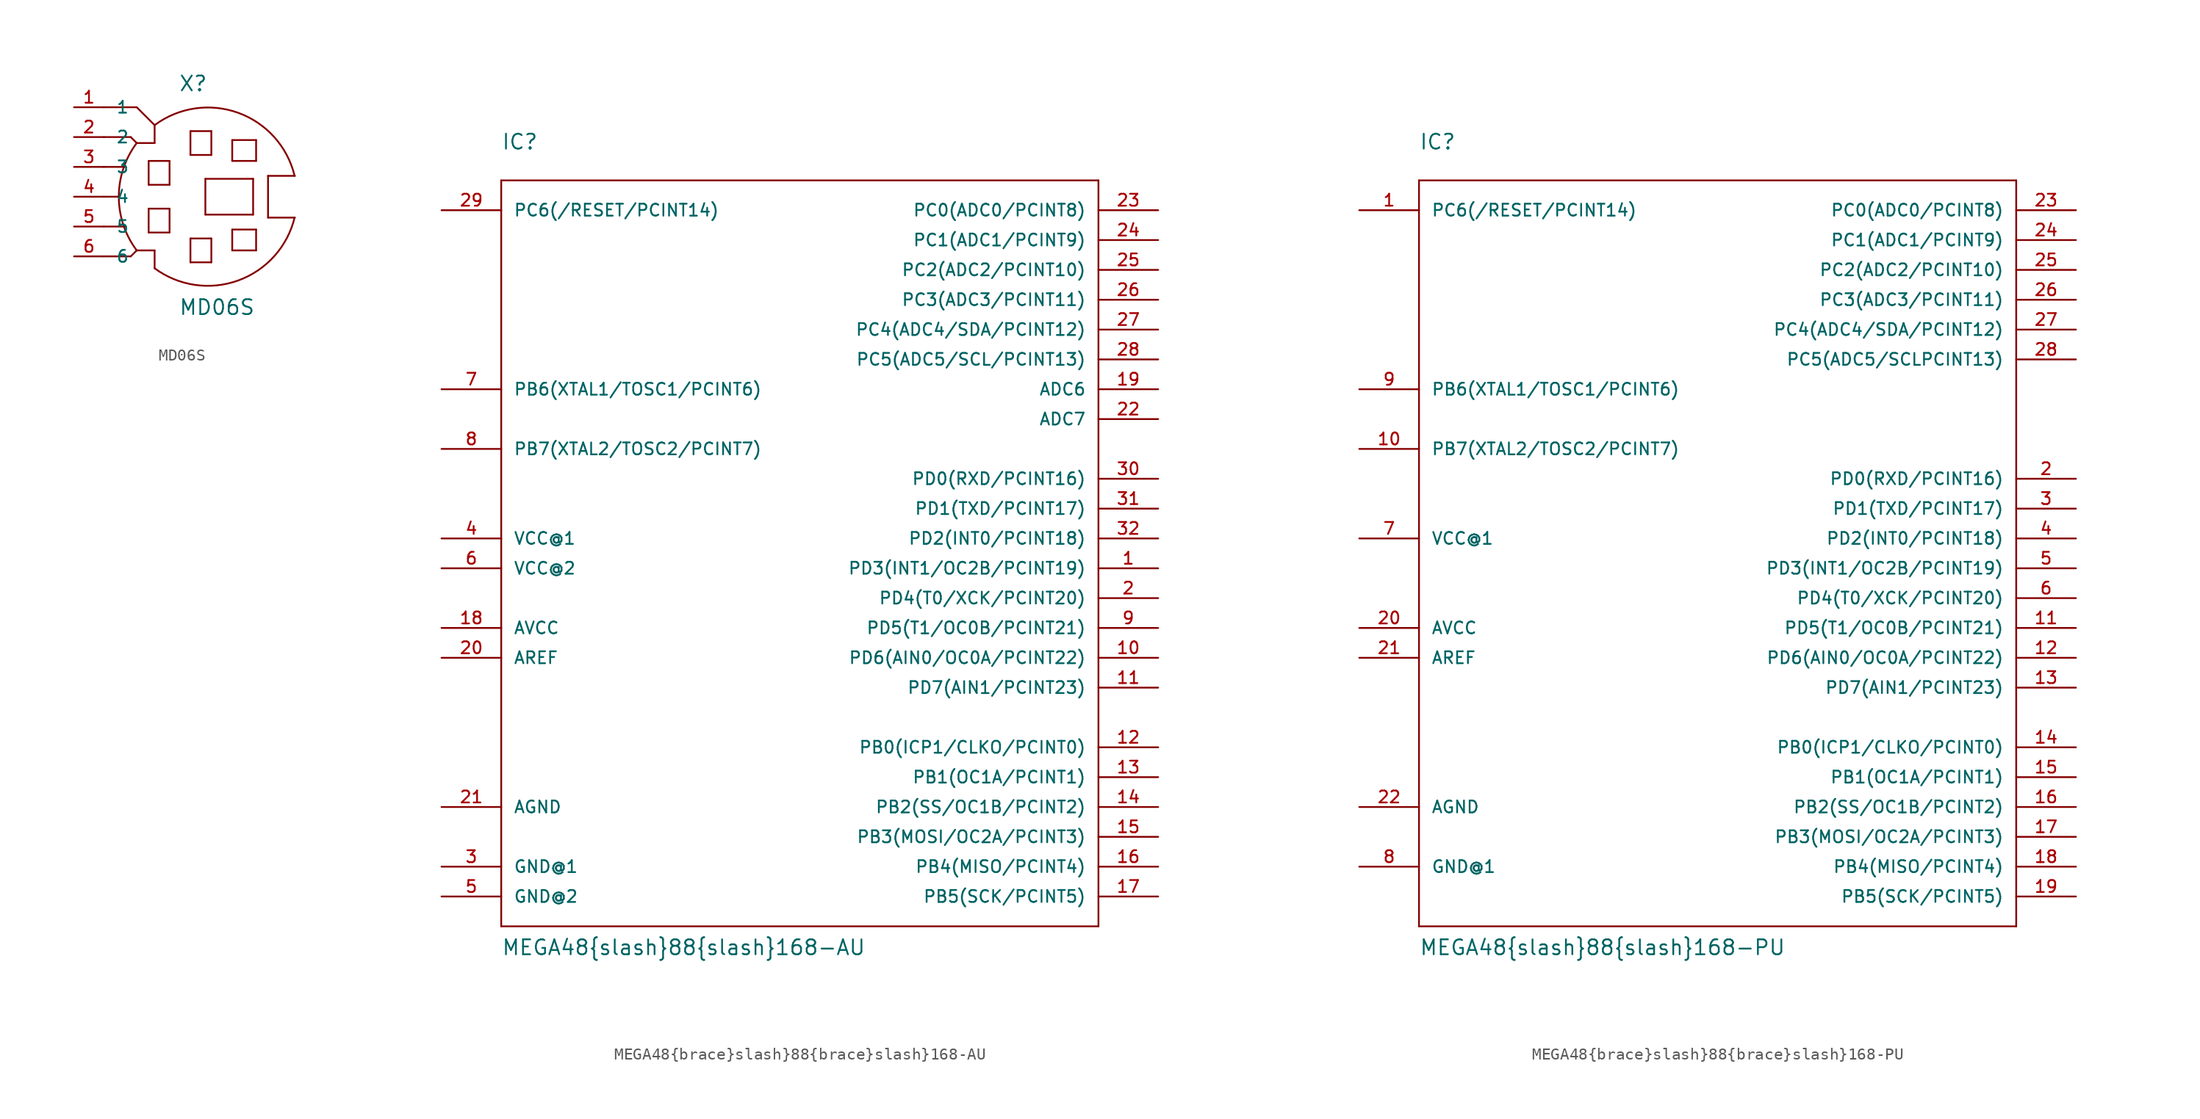
<source format=kicad_sym>
(kicad_symbol_lib
  (version 20211014)
  (generator kicad_symbol_editor)
  (symbol "MD06S"
    (pin_names
      (offset 1.016))
    (property "Reference" "X"
      (at -1.27 8.89 0)
      (effects (font (size 1.27 1.27)) (justify left bottom)))
    (property "Value" "MD06S"
      (at -1.27 -10.16 0)
      (effects (font (size 1.27 1.27)) (justify left bottom)))
    (property "Datasheet" ""
      (at 0 0 0)
      (effects (font (size 1.524 1.524))))
    (property "ki_locked" ""
      (at 0 0 0)
      (effects (font (size 1.27 1.27))))
    (symbol "MD06S_1_0"
      (polyline (pts (xy -7.62 -5.08) (xy -5.334 -5.08)) (stroke (width 0) (type default) (color 0 0 0 0)) (fill (type none)))
      (polyline (pts (xy -7.62 -2.54) (xy -5.842 -2.54)) (stroke (width 0) (type default) (color 0 0 0 0)) (fill (type none)))
      (polyline (pts (xy -7.62 0) (xy -6.35 0)) (stroke (width 0) (type default) (color 0 0 0 0)) (fill (type none)))
      (polyline (pts (xy -7.62 2.54) (xy -5.842 2.54)) (stroke (width 0) (type default) (color 0 0 0 0)) (fill (type none)))
      (polyline (pts (xy -7.62 5.08) (xy -5.334 5.08)) (stroke (width 0) (type default) (color 0 0 0 0)) (fill (type none)))
      (polyline (pts (xy -7.62 7.62) (xy -4.826 7.62)) (stroke (width 0) (type default) (color 0 0 0 0)) (fill (type none)))
      (polyline (pts (xy -5.334 -5.08) (xy -4.826 -4.572)) (stroke (width 0) (type default) (color 0 0 0 0)) (fill (type none)))
      (polyline (pts (xy -5.334 5.08) (xy -4.826 4.572)) (stroke (width 0) (type default) (color 0 0 0 0)) (fill (type none)))
      (polyline (pts (xy -4.826 -4.572) (xy -3.302 -4.572)) (stroke (width 0) (type default) (color 0 0 0 0)) (fill (type none)))
      (polyline (pts (xy -4.826 7.62) (xy -3.302 6.096)) (stroke (width 0) (type default) (color 0 0 0 0)) (fill (type none)))
      (polyline (pts (xy -3.81 -3.048) (xy -3.81 -1.016)) (stroke (width 0) (type default) (color 0 0 0 0)) (fill (type none)))
      (polyline (pts (xy -3.81 -1.016) (xy -2.032 -1.016)) (stroke (width 0) (type default) (color 0 0 0 0)) (fill (type none)))
      (polyline (pts (xy -3.81 1.016) (xy -3.81 3.048)) (stroke (width 0) (type default) (color 0 0 0 0)) (fill (type none)))
      (polyline (pts (xy -3.81 3.048) (xy -2.032 3.048)) (stroke (width 0) (type default) (color 0 0 0 0)) (fill (type none)))
      (polyline (pts (xy -3.302 -4.572) (xy -3.302 -6.096)) (stroke (width 0) (type default) (color 0 0 0 0)) (fill (type none)))
      (polyline (pts (xy -3.302 4.572) (xy -4.826 4.572)) (stroke (width 0) (type default) (color 0 0 0 0)) (fill (type none)))
      (polyline (pts (xy -3.302 6.096) (xy -3.302 4.572)) (stroke (width 0) (type default) (color 0 0 0 0)) (fill (type none)))
      (polyline (pts (xy -2.032 -3.048) (xy -3.81 -3.048)) (stroke (width 0) (type default) (color 0 0 0 0)) (fill (type none)))
      (polyline (pts (xy -2.032 -1.016) (xy -2.032 -3.048)) (stroke (width 0) (type default) (color 0 0 0 0)) (fill (type none)))
      (polyline (pts (xy -2.032 1.016) (xy -3.81 1.016)) (stroke (width 0) (type default) (color 0 0 0 0)) (fill (type none)))
      (polyline (pts (xy -2.032 3.048) (xy -2.032 1.016)) (stroke (width 0) (type default) (color 0 0 0 0)) (fill (type none)))
      (polyline (pts (xy -0.254 -5.588) (xy -0.254 -3.556)) (stroke (width 0) (type default) (color 0 0 0 0)) (fill (type none)))
      (polyline (pts (xy -0.254 -3.556) (xy 1.524 -3.556)) (stroke (width 0) (type default) (color 0 0 0 0)) (fill (type none)))
      (polyline (pts (xy -0.254 3.556) (xy -0.254 5.588)) (stroke (width 0) (type default) (color 0 0 0 0)) (fill (type none)))
      (polyline (pts (xy -0.254 5.588) (xy 1.524 5.588)) (stroke (width 0) (type default) (color 0 0 0 0)) (fill (type none)))
      (polyline (pts (xy 1.016 -1.524) (xy 1.016 1.524)) (stroke (width 0) (type default) (color 0 0 0 0)) (fill (type none)))
      (polyline (pts (xy 1.016 1.524) (xy 5.08 1.524)) (stroke (width 0) (type default) (color 0 0 0 0)) (fill (type none)))
      (polyline (pts (xy 1.524 -5.588) (xy -0.254 -5.588)) (stroke (width 0) (type default) (color 0 0 0 0)) (fill (type none)))
      (polyline (pts (xy 1.524 -3.556) (xy 1.524 -5.588)) (stroke (width 0) (type default) (color 0 0 0 0)) (fill (type none)))
      (polyline (pts (xy 1.524 3.556) (xy -0.254 3.556)) (stroke (width 0) (type default) (color 0 0 0 0)) (fill (type none)))
      (polyline (pts (xy 1.524 5.588) (xy 1.524 3.556)) (stroke (width 0) (type default) (color 0 0 0 0)) (fill (type none)))
      (polyline (pts (xy 3.302 -4.572) (xy 3.302 -2.794)) (stroke (width 0) (type default) (color 0 0 0 0)) (fill (type none)))
      (polyline (pts (xy 3.302 -2.794) (xy 5.334 -2.794)) (stroke (width 0) (type default) (color 0 0 0 0)) (fill (type none)))
      (polyline (pts (xy 3.302 3.048) (xy 3.302 4.826)) (stroke (width 0) (type default) (color 0 0 0 0)) (fill (type none)))
      (polyline (pts (xy 3.302 4.826) (xy 5.334 4.826)) (stroke (width 0) (type default) (color 0 0 0 0)) (fill (type none)))
      (polyline (pts (xy 5.08 -1.524) (xy 1.016 -1.524)) (stroke (width 0) (type default) (color 0 0 0 0)) (fill (type none)))
      (polyline (pts (xy 5.08 1.524) (xy 5.08 -1.524)) (stroke (width 0) (type default) (color 0 0 0 0)) (fill (type none)))
      (polyline (pts (xy 5.334 -4.572) (xy 3.302 -4.572)) (stroke (width 0) (type default) (color 0 0 0 0)) (fill (type none)))
      (polyline (pts (xy 5.334 -2.794) (xy 5.334 -4.572)) (stroke (width 0) (type default) (color 0 0 0 0)) (fill (type none)))
      (polyline (pts (xy 5.334 3.048) (xy 3.302 3.048)) (stroke (width 0) (type default) (color 0 0 0 0)) (fill (type none)))
      (polyline (pts (xy 5.334 4.826) (xy 5.334 3.048)) (stroke (width 0) (type default) (color 0 0 0 0)) (fill (type none)))
      (polyline (pts (xy 6.35 -1.778) (xy 6.35 1.778)) (stroke (width 0) (type default) (color 0 0 0 0)) (fill (type none)))
      (polyline (pts (xy 6.35 -1.778) (xy 8.636 -1.778)) (stroke (width 0) (type default) (color 0 0 0 0)) (fill (type none)))
      (polyline (pts (xy 6.35 1.778) (xy 8.636 1.778)) (stroke (width 0) (type default) (color 0 0 0 0)) (fill (type none))))
    (symbol "MD06S_1_1"
      (arc (start -4.826 4.572) (mid -6.35 0) (end -4.826 -4.572) (stroke (width 0) (type default) (color 0 0 0 0)) (fill (type none)))
      (arc (start -3.302 -6.096) (mid 3.8095 -7.1339) (end 8.6106 -1.778) (stroke (width 0) (type default) (color 0 0 0 0)) (fill (type none)))
      (arc (start 8.6106 1.778) (mid 3.8138 7.1458) (end -3.302 6.096) (stroke (width 0) (type default) (color 0 0 0 0)) (fill (type none)))
      (pin passive line (at -10.16 7.62 0) (length 2.54) (name "1" (effects (font (size 1.016 1.016)))) (number "1" (effects (font (size 1.016 1.016)))))
      (pin passive line (at -10.16 5.08 0) (length 2.54) (name "2" (effects (font (size 1.016 1.016)))) (number "2" (effects (font (size 1.016 1.016)))))
      (pin passive line (at -10.16 2.54 0) (length 2.54) (name "3" (effects (font (size 1.016 1.016)))) (number "3" (effects (font (size 1.016 1.016)))))
      (pin passive line (at -10.16 0 0) (length 2.54) (name "4" (effects (font (size 1.016 1.016)))) (number "4" (effects (font (size 1.016 1.016)))))
      (pin passive line (at -10.16 -2.54 0) (length 2.54) (name "5" (effects (font (size 1.016 1.016)))) (number "5" (effects (font (size 1.016 1.016)))))
      (pin passive line (at -10.16 -5.08 0) (length 2.54) (name "6" (effects (font (size 1.016 1.016)))) (number "6" (effects (font (size 1.016 1.016)))))))
  (symbol "MEGA48{brace}slash}88{brace}slash}168-AU"
    (pin_names
      (offset 1.016))
    (property "Reference" "IC"
      (at -25.4 33.02 0)
      (effects (font (size 1.27 1.27)) (justify left bottom)))
    (property "Value" "MEGA48{brace}slash}88{brace}slash}168-AU"
      (at -25.4 -35.56 0)
      (effects (font (size 1.27 1.27)) (justify left bottom)))
    (property "Datasheet" ""
      (at 0 0 0)
      (effects (font (size 1.524 1.524))))
    (property "ki_locked" ""
      (at 0 0 0)
      (effects (font (size 1.27 1.27))))
    (symbol "MEGA48{brace}slash}88{brace}slash}168-AU_1_0"
      (polyline (pts (xy -25.4 -33.02) (xy -25.4 30.48)) (stroke (width 0) (type default) (color 0 0 0 0)) (fill (type none)))
      (polyline (pts (xy -25.4 30.48) (xy 25.4 30.48)) (stroke (width 0) (type default) (color 0 0 0 0)) (fill (type none)))
      (polyline (pts (xy 25.4 -33.02) (xy -25.4 -33.02)) (stroke (width 0) (type default) (color 0 0 0 0)) (fill (type none)))
      (polyline (pts (xy 25.4 30.48) (xy 25.4 -33.02)) (stroke (width 0) (type default) (color 0 0 0 0)) (fill (type none))))
    (symbol "MEGA48{brace}slash}88{brace}slash}168-AU_1_1"
      (pin bidirectional line (at 30.48 -2.54 180) (length 5.08) (name "PD3(INT1/OC2B/PCINT19)" (effects (font (size 1.016 1.016)))) (number "1" (effects (font (size 1.016 1.016)))))
      (pin bidirectional line (at 30.48 -10.16 180) (length 5.08) (name "PD6(AIN0/OC0A/PCINT22)" (effects (font (size 1.016 1.016)))) (number "10" (effects (font (size 1.016 1.016)))))
      (pin bidirectional line (at 30.48 -12.7 180) (length 5.08) (name "PD7(AIN1/PCINT23)" (effects (font (size 1.016 1.016)))) (number "11" (effects (font (size 1.016 1.016)))))
      (pin bidirectional line (at 30.48 -17.78 180) (length 5.08) (name "PB0(ICP1/CLKO/PCINT0)" (effects (font (size 1.016 1.016)))) (number "12" (effects (font (size 1.016 1.016)))))
      (pin bidirectional line (at 30.48 -20.32 180) (length 5.08) (name "PB1(OC1A/PCINT1)" (effects (font (size 1.016 1.016)))) (number "13" (effects (font (size 1.016 1.016)))))
      (pin bidirectional line (at 30.48 -22.86 180) (length 5.08) (name "PB2(SS/OC1B/PCINT2)" (effects (font (size 1.016 1.016)))) (number "14" (effects (font (size 1.016 1.016)))))
      (pin bidirectional line (at 30.48 -25.4 180) (length 5.08) (name "PB3(MOSI/OC2A/PCINT3)" (effects (font (size 1.016 1.016)))) (number "15" (effects (font (size 1.016 1.016)))))
      (pin bidirectional line (at 30.48 -27.94 180) (length 5.08) (name "PB4(MISO/PCINT4)" (effects (font (size 1.016 1.016)))) (number "16" (effects (font (size 1.016 1.016)))))
      (pin bidirectional line (at 30.48 -30.48 180) (length 5.08) (name "PB5(SCK/PCINT5)" (effects (font (size 1.016 1.016)))) (number "17" (effects (font (size 1.016 1.016)))))
      (pin passive line (at -30.48 -7.62 0) (length 5.08) (name "AVCC" (effects (font (size 1.016 1.016)))) (number "18" (effects (font (size 1.016 1.016)))))
      (pin passive line (at 30.48 12.7 180) (length 5.08) (name "ADC6" (effects (font (size 1.016 1.016)))) (number "19" (effects (font (size 1.016 1.016)))))
      (pin bidirectional line (at 30.48 -5.08 180) (length 5.08) (name "PD4(T0/XCK/PCINT20)" (effects (font (size 1.016 1.016)))) (number "2" (effects (font (size 1.016 1.016)))))
      (pin passive line (at -30.48 -10.16 0) (length 5.08) (name "AREF" (effects (font (size 1.016 1.016)))) (number "20" (effects (font (size 1.016 1.016)))))
      (pin power_in line (at -30.48 -22.86 0) (length 5.08) (name "AGND" (effects (font (size 1.016 1.016)))) (number "21" (effects (font (size 1.016 1.016)))))
      (pin passive line (at 30.48 10.16 180) (length 5.08) (name "ADC7" (effects (font (size 1.016 1.016)))) (number "22" (effects (font (size 1.016 1.016)))))
      (pin bidirectional line (at 30.48 27.94 180) (length 5.08) (name "PC0(ADC0/PCINT8)" (effects (font (size 1.016 1.016)))) (number "23" (effects (font (size 1.016 1.016)))))
      (pin bidirectional line (at 30.48 25.4 180) (length 5.08) (name "PC1(ADC1/PCINT9)" (effects (font (size 1.016 1.016)))) (number "24" (effects (font (size 1.016 1.016)))))
      (pin bidirectional line (at 30.48 22.86 180) (length 5.08) (name "PC2(ADC2/PCINT10)" (effects (font (size 1.016 1.016)))) (number "25" (effects (font (size 1.016 1.016)))))
      (pin bidirectional line (at 30.48 20.32 180) (length 5.08) (name "PC3(ADC3/PCINT11)" (effects (font (size 1.016 1.016)))) (number "26" (effects (font (size 1.016 1.016)))))
      (pin bidirectional line (at 30.48 17.78 180) (length 5.08) (name "PC4(ADC4/SDA/PCINT12)" (effects (font (size 1.016 1.016)))) (number "27" (effects (font (size 1.016 1.016)))))
      (pin bidirectional line (at 30.48 15.24 180) (length 5.08) (name "PC5(ADC5/SCL/PCINT13)" (effects (font (size 1.016 1.016)))) (number "28" (effects (font (size 1.016 1.016)))))
      (pin bidirectional line (at -30.48 27.94 0) (length 5.08) (name "PC6(/RESET/PCINT14)" (effects (font (size 1.016 1.016)))) (number "29" (effects (font (size 1.016 1.016)))))
      (pin power_in line (at -30.48 -27.94 0) (length 5.08) (name "GND@1" (effects (font (size 1.016 1.016)))) (number "3" (effects (font (size 1.016 1.016)))))
      (pin bidirectional line (at 30.48 5.08 180) (length 5.08) (name "PD0(RXD/PCINT16)" (effects (font (size 1.016 1.016)))) (number "30" (effects (font (size 1.016 1.016)))))
      (pin bidirectional line (at 30.48 2.54 180) (length 5.08) (name "PD1(TXD/PCINT17)" (effects (font (size 1.016 1.016)))) (number "31" (effects (font (size 1.016 1.016)))))
      (pin bidirectional line (at 30.48 0 180) (length 5.08) (name "PD2(INT0/PCINT18)" (effects (font (size 1.016 1.016)))) (number "32" (effects (font (size 1.016 1.016)))))
      (pin power_in line (at -30.48 0 0) (length 5.08) (name "VCC@1" (effects (font (size 1.016 1.016)))) (number "4" (effects (font (size 1.016 1.016)))))
      (pin power_in line (at -30.48 -30.48 0) (length 5.08) (name "GND@2" (effects (font (size 1.016 1.016)))) (number "5" (effects (font (size 1.016 1.016)))))
      (pin power_in line (at -30.48 -2.54 0) (length 5.08) (name "VCC@2" (effects (font (size 1.016 1.016)))) (number "6" (effects (font (size 1.016 1.016)))))
      (pin bidirectional line (at -30.48 12.7 0) (length 5.08) (name "PB6(XTAL1/TOSC1/PCINT6)" (effects (font (size 1.016 1.016)))) (number "7" (effects (font (size 1.016 1.016)))))
      (pin bidirectional line (at -30.48 7.62 0) (length 5.08) (name "PB7(XTAL2/TOSC2/PCINT7)" (effects (font (size 1.016 1.016)))) (number "8" (effects (font (size 1.016 1.016)))))
      (pin bidirectional line (at 30.48 -7.62 180) (length 5.08) (name "PD5(T1/OC0B/PCINT21)" (effects (font (size 1.016 1.016)))) (number "9" (effects (font (size 1.016 1.016)))))))
  (symbol "MEGA48{brace}slash}88{brace}slash}168-PU"
    (pin_names
      (offset 1.016))
    (property "Reference" "IC"
      (at -25.4 33.02 0)
      (effects (font (size 1.27 1.27)) (justify left bottom)))
    (property "Value" "MEGA48{brace}slash}88{brace}slash}168-PU"
      (at -25.4 -35.56 0)
      (effects (font (size 1.27 1.27)) (justify left bottom)))
    (property "Datasheet" ""
      (at 0 0 0)
      (effects (font (size 1.524 1.524))))
    (property "ki_locked" ""
      (at 0 0 0)
      (effects (font (size 1.27 1.27))))
    (symbol "MEGA48{brace}slash}88{brace}slash}168-PU_1_0"
      (polyline (pts (xy -25.4 -33.02) (xy -25.4 30.48)) (stroke (width 0) (type default) (color 0 0 0 0)) (fill (type none)))
      (polyline (pts (xy -25.4 30.48) (xy 25.4 30.48)) (stroke (width 0) (type default) (color 0 0 0 0)) (fill (type none)))
      (polyline (pts (xy 25.4 -33.02) (xy -25.4 -33.02)) (stroke (width 0) (type default) (color 0 0 0 0)) (fill (type none)))
      (polyline (pts (xy 25.4 30.48) (xy 25.4 -33.02)) (stroke (width 0) (type default) (color 0 0 0 0)) (fill (type none))))
    (symbol "MEGA48{brace}slash}88{brace}slash}168-PU_1_1"
      (pin bidirectional line (at -30.48 27.94 0) (length 5.08) (name "PC6(/RESET/PCINT14)" (effects (font (size 1.016 1.016)))) (number "1" (effects (font (size 1.016 1.016)))))
      (pin bidirectional line (at -30.48 7.62 0) (length 5.08) (name "PB7(XTAL2/TOSC2/PCINT7)" (effects (font (size 1.016 1.016)))) (number "10" (effects (font (size 1.016 1.016)))))
      (pin bidirectional line (at 30.48 -7.62 180) (length 5.08) (name "PD5(T1/OC0B/PCINT21)" (effects (font (size 1.016 1.016)))) (number "11" (effects (font (size 1.016 1.016)))))
      (pin bidirectional line (at 30.48 -10.16 180) (length 5.08) (name "PD6(AIN0/OC0A/PCINT22)" (effects (font (size 1.016 1.016)))) (number "12" (effects (font (size 1.016 1.016)))))
      (pin bidirectional line (at 30.48 -12.7 180) (length 5.08) (name "PD7(AIN1/PCINT23)" (effects (font (size 1.016 1.016)))) (number "13" (effects (font (size 1.016 1.016)))))
      (pin bidirectional line (at 30.48 -17.78 180) (length 5.08) (name "PB0(ICP1/CLKO/PCINT0)" (effects (font (size 1.016 1.016)))) (number "14" (effects (font (size 1.016 1.016)))))
      (pin bidirectional line (at 30.48 -20.32 180) (length 5.08) (name "PB1(OC1A/PCINT1)" (effects (font (size 1.016 1.016)))) (number "15" (effects (font (size 1.016 1.016)))))
      (pin bidirectional line (at 30.48 -22.86 180) (length 5.08) (name "PB2(SS/OC1B/PCINT2)" (effects (font (size 1.016 1.016)))) (number "16" (effects (font (size 1.016 1.016)))))
      (pin bidirectional line (at 30.48 -25.4 180) (length 5.08) (name "PB3(MOSI/OC2A/PCINT3)" (effects (font (size 1.016 1.016)))) (number "17" (effects (font (size 1.016 1.016)))))
      (pin bidirectional line (at 30.48 -27.94 180) (length 5.08) (name "PB4(MISO/PCINT4)" (effects (font (size 1.016 1.016)))) (number "18" (effects (font (size 1.016 1.016)))))
      (pin bidirectional line (at 30.48 -30.48 180) (length 5.08) (name "PB5(SCK/PCINT5)" (effects (font (size 1.016 1.016)))) (number "19" (effects (font (size 1.016 1.016)))))
      (pin bidirectional line (at 30.48 5.08 180) (length 5.08) (name "PD0(RXD/PCINT16)" (effects (font (size 1.016 1.016)))) (number "2" (effects (font (size 1.016 1.016)))))
      (pin passive line (at -30.48 -7.62 0) (length 5.08) (name "AVCC" (effects (font (size 1.016 1.016)))) (number "20" (effects (font (size 1.016 1.016)))))
      (pin passive line (at -30.48 -10.16 0) (length 5.08) (name "AREF" (effects (font (size 1.016 1.016)))) (number "21" (effects (font (size 1.016 1.016)))))
      (pin power_in line (at -30.48 -22.86 0) (length 5.08) (name "AGND" (effects (font (size 1.016 1.016)))) (number "22" (effects (font (size 1.016 1.016)))))
      (pin bidirectional line (at 30.48 27.94 180) (length 5.08) (name "PC0(ADC0/PCINT8)" (effects (font (size 1.016 1.016)))) (number "23" (effects (font (size 1.016 1.016)))))
      (pin bidirectional line (at 30.48 25.4 180) (length 5.08) (name "PC1(ADC1/PCINT9)" (effects (font (size 1.016 1.016)))) (number "24" (effects (font (size 1.016 1.016)))))
      (pin bidirectional line (at 30.48 22.86 180) (length 5.08) (name "PC2(ADC2/PCINT10)" (effects (font (size 1.016 1.016)))) (number "25" (effects (font (size 1.016 1.016)))))
      (pin bidirectional line (at 30.48 20.32 180) (length 5.08) (name "PC3(ADC3/PCINT11)" (effects (font (size 1.016 1.016)))) (number "26" (effects (font (size 1.016 1.016)))))
      (pin bidirectional line (at 30.48 17.78 180) (length 5.08) (name "PC4(ADC4/SDA/PCINT12)" (effects (font (size 1.016 1.016)))) (number "27" (effects (font (size 1.016 1.016)))))
      (pin bidirectional line (at 30.48 15.24 180) (length 5.08) (name "PC5(ADC5/SCLPCINT13)" (effects (font (size 1.016 1.016)))) (number "28" (effects (font (size 1.016 1.016)))))
      (pin bidirectional line (at 30.48 2.54 180) (length 5.08) (name "PD1(TXD/PCINT17)" (effects (font (size 1.016 1.016)))) (number "3" (effects (font (size 1.016 1.016)))))
      (pin bidirectional line (at 30.48 0 180) (length 5.08) (name "PD2(INT0/PCINT18)" (effects (font (size 1.016 1.016)))) (number "4" (effects (font (size 1.016 1.016)))))
      (pin bidirectional line (at 30.48 -2.54 180) (length 5.08) (name "PD3(INT1/OC2B/PCINT19)" (effects (font (size 1.016 1.016)))) (number "5" (effects (font (size 1.016 1.016)))))
      (pin bidirectional line (at 30.48 -5.08 180) (length 5.08) (name "PD4(T0/XCK/PCINT20)" (effects (font (size 1.016 1.016)))) (number "6" (effects (font (size 1.016 1.016)))))
      (pin power_in line (at -30.48 0 0) (length 5.08) (name "VCC@1" (effects (font (size 1.016 1.016)))) (number "7" (effects (font (size 1.016 1.016)))))
      (pin power_in line (at -30.48 -27.94 0) (length 5.08) (name "GND@1" (effects (font (size 1.016 1.016)))) (number "8" (effects (font (size 1.016 1.016)))))
      (pin bidirectional line (at -30.48 12.7 0) (length 5.08) (name "PB6(XTAL1/TOSC1/PCINT6)" (effects (font (size 1.016 1.016)))) (number "9" (effects (font (size 1.016 1.016))))))))
</source>
